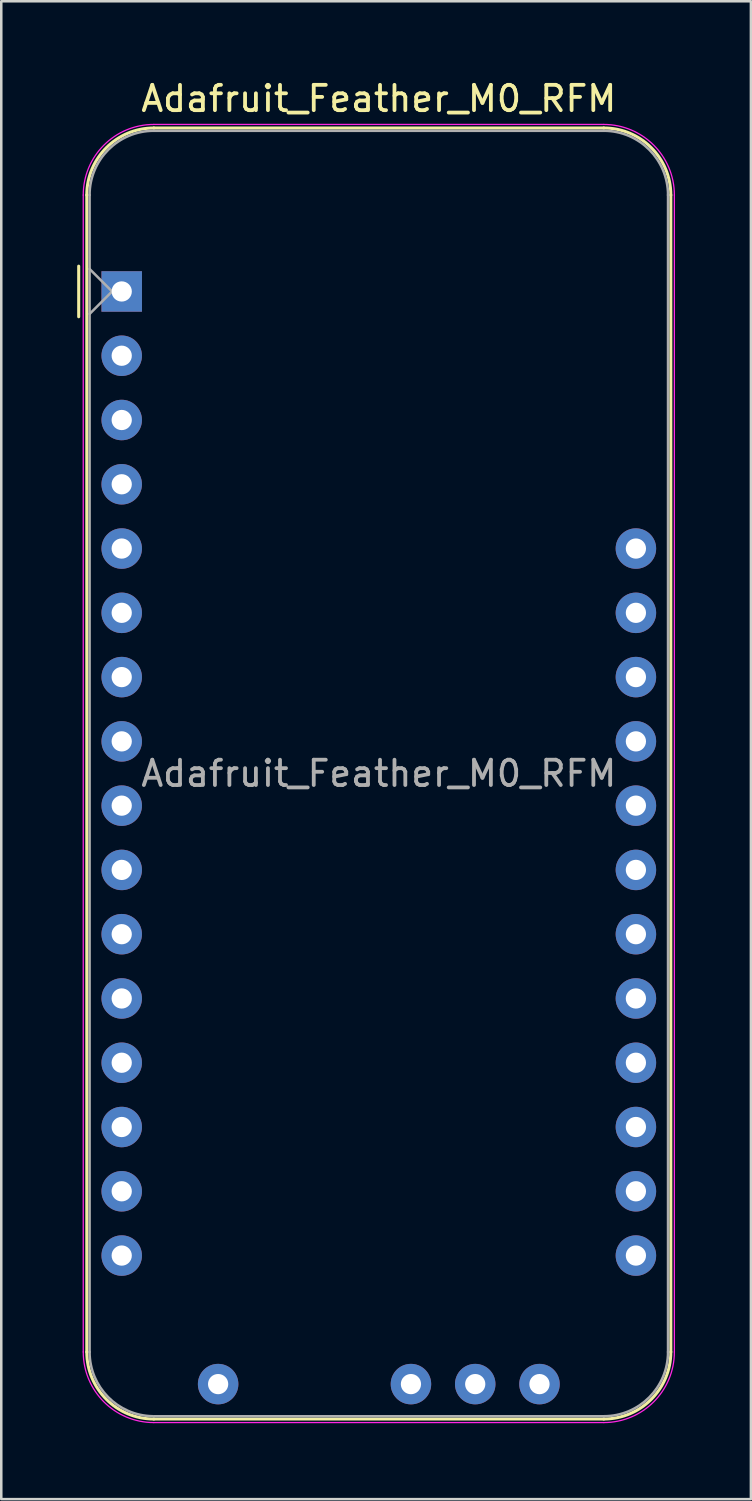
<source format=kicad_pcb>
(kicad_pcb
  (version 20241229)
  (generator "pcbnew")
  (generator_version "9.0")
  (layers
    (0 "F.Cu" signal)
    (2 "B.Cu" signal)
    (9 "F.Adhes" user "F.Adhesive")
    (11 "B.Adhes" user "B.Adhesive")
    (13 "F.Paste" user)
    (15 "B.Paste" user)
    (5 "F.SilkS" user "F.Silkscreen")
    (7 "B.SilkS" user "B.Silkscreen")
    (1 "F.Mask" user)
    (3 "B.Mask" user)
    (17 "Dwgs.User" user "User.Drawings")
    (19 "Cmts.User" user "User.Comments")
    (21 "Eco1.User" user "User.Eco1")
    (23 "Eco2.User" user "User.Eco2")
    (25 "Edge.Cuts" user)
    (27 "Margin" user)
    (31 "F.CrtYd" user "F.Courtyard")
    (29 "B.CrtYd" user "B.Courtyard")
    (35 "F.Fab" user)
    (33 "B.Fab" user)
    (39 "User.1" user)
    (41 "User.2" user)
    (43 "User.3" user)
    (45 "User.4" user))
  (footprint "Adafruit_Feather_M0_RFM"
    (layer "F.Cu")
    (at 1.76 8.468)
    (property "Reference" "Adafruit_Feather_M0_RFM" (at 10.16 -7.62 0) (layer "F.SilkS") (effects (font (size 1 1) (thickness 0.15))))
    (attr through_hole)
    (fp_line (start -1.7 1) (end -1.7 -1) (stroke (width 0.12) (type solid)) (layer "F.SilkS"))
    (fp_line (start -1.38 -3.81) (end -1.38 41.91) (stroke (width 0.12) (type solid)) (layer "F.SilkS"))
    (fp_line (start 19.05 -6.46) (end 1.27 -6.46) (stroke (width 0.12) (type solid)) (layer "F.SilkS"))
    (fp_line (start 19.05 44.56) (end 1.27 44.56) (stroke (width 0.12) (type solid)) (layer "F.SilkS"))
    (fp_line (start 21.7 -3.81) (end 21.7 41.91) (stroke (width 0.12) (type solid)) (layer "F.SilkS"))
    (fp_arc (start -1.38 -3.81) (mid -0.603833 -5.683833) (end 1.27 -6.46) (stroke (width 0.12) (type solid)) (layer "F.SilkS"))
    (fp_arc (start 1.27 44.56) (mid -0.603833 43.783833) (end -1.38 41.91) (stroke (width 0.12) (type solid)) (layer "F.SilkS"))
    (fp_arc (start 19.05 -6.46) (mid 20.923833 -5.683833) (end 21.7 -3.81) (stroke (width 0.12) (type solid)) (layer "F.SilkS"))
    (fp_arc (start 21.7 41.91) (mid 20.923833 43.783833) (end 19.05 44.56) (stroke (width 0.12) (type solid)) (layer "F.SilkS"))
    (fp_line (start -1.52 41.91) (end -1.52 -3.81) (stroke (width 0.05) (type solid)) (layer "F.CrtYd"))
    (fp_line (start 19.05 -6.6) (end 1.27 -6.6) (stroke (width 0.05) (type solid)) (layer "F.CrtYd"))
    (fp_line (start 19.05 44.7) (end 1.27 44.7) (stroke (width 0.05) (type solid)) (layer "F.CrtYd"))
    (fp_line (start 21.84 41.91) (end 21.84 -3.81) (stroke (width 0.05) (type solid)) (layer "F.CrtYd"))
    (fp_arc (start -1.52 -3.81) (mid -0.702828 -5.782828) (end 1.27 -6.6) (stroke (width 0.05) (type solid)) (layer "F.CrtYd"))
    (fp_arc (start 1.27 44.7) (mid -0.702828 43.882828) (end -1.52 41.91) (stroke (width 0.05) (type solid)) (layer "F.CrtYd"))
    (fp_arc (start 19.05 -6.6) (mid 21.022828 -5.782828) (end 21.84 -3.81) (stroke (width 0.05) (type solid)) (layer "F.CrtYd"))
    (fp_arc (start 21.84 41.91) (mid 21.022828 43.882828) (end 19.05 44.7) (stroke (width 0.05) (type solid)) (layer "F.CrtYd"))
    (fp_line (start -1.27 -3.81) (end -1.27 41.91) (stroke (width 0.1) (type solid)) (layer "F.Fab"))
    (fp_line (start -1.27 -0.889) (end -0.381 0) (stroke (width 0.1) (type solid)) (layer "F.Fab"))
    (fp_line (start -0.381 0) (end -1.27 0.889) (stroke (width 0.1) (type solid)) (layer "F.Fab"))
    (fp_line (start 1.27 44.45) (end 19.05 44.45) (stroke (width 0.1) (type solid)) (layer "F.Fab"))
    (fp_line (start 19.05 -6.35) (end 1.27 -6.35) (stroke (width 0.1) (type solid)) (layer "F.Fab"))
    (fp_line (start 21.59 41.91) (end 21.59 -3.81) (stroke (width 0.1) (type solid)) (layer "F.Fab"))
    (fp_arc (start -1.27 -3.81) (mid -0.526051 -5.606051) (end 1.27 -6.35) (stroke (width 0.1) (type solid)) (layer "F.Fab"))
    (fp_arc (start 1.221238 44.449532) (mid -0.543209 43.688728) (end -1.27 41.91) (stroke (width 0.1) (type solid)) (layer "F.Fab"))
    (fp_arc (start 19.05 -6.35) (mid 20.846051 -5.606051) (end 21.59 -3.81) (stroke (width 0.1) (type solid)) (layer "F.Fab"))
    (fp_arc (start 21.59 41.91) (mid 20.846051 43.706051) (end 19.05 44.45) (stroke (width 0.1) (type solid)) (layer "F.Fab"))
    (fp_text user "${REFERENCE}" (at 10.16 19.05 180) (layer "F.Fab") (effects (font (size 1 1) (thickness 0.15))))
    (pad "1" thru_hole rect (at 0 0 180) (size 1.6 1.6) (drill 0.8) (layers "*.Cu" "*.Mask"))
    (pad "2" thru_hole circle (at 0 2.54 180) (size 1.6 1.6) (drill 0.8) (layers "*.Cu" "*.Mask"))
    (pad "3" thru_hole circle (at 0 5.08 180) (size 1.6 1.6) (drill 0.8) (layers "*.Cu" "*.Mask"))
    (pad "4" thru_hole circle (at 0 7.62 180) (size 1.6 1.6) (drill 0.8) (layers "*.Cu" "*.Mask"))
    (pad "5" thru_hole circle (at 0 10.16 180) (size 1.6 1.6) (drill 0.8) (layers "*.Cu" "*.Mask"))
    (pad "6" thru_hole circle (at 0 12.7 180) (size 1.6 1.6) (drill 0.8) (layers "*.Cu" "*.Mask"))
    (pad "7" thru_hole circle (at 0 15.24 180) (size 1.6 1.6) (drill 0.8) (layers "*.Cu" "*.Mask"))
    (pad "8" thru_hole circle (at 0 17.78 180) (size 1.6 1.6) (drill 0.8) (layers "*.Cu" "*.Mask"))
    (pad "9" thru_hole circle (at 0 20.32 180) (size 1.6 1.6) (drill 0.8) (layers "*.Cu" "*.Mask"))
    (pad "10" thru_hole circle (at 0 22.86 180) (size 1.6 1.6) (drill 0.8) (layers "*.Cu" "*.Mask"))
    (pad "11" thru_hole circle (at 0 25.4 180) (size 1.6 1.6) (drill 0.8) (layers "*.Cu" "*.Mask"))
    (pad "12" thru_hole circle (at 0 27.94 180) (size 1.6 1.6) (drill 0.8) (layers "*.Cu" "*.Mask"))
    (pad "13" thru_hole circle (at 0 30.48 180) (size 1.6 1.6) (drill 0.8) (layers "*.Cu" "*.Mask"))
    (pad "14" thru_hole circle (at 0 33.02 180) (size 1.6 1.6) (drill 0.8) (layers "*.Cu" "*.Mask"))
    (pad "15" thru_hole circle (at 0 35.56 180) (size 1.6 1.6) (drill 0.8) (layers "*.Cu" "*.Mask"))
    (pad "16" thru_hole circle (at 0 38.1 180) (size 1.6 1.6) (drill 0.8) (layers "*.Cu" "*.Mask"))
    (pad "17" thru_hole circle (at 20.32 38.1 180) (size 1.6 1.6) (drill 0.8) (layers "*.Cu" "*.Mask"))
    (pad "18" thru_hole circle (at 20.32 35.56 180) (size 1.6 1.6) (drill 0.8) (layers "*.Cu" "*.Mask"))
    (pad "19" thru_hole circle (at 20.32 33.02 180) (size 1.6 1.6) (drill 0.8) (layers "*.Cu" "*.Mask"))
    (pad "20" thru_hole circle (at 20.32 30.48 180) (size 1.6 1.6) (drill 0.8) (layers "*.Cu" "*.Mask"))
    (pad "21" thru_hole circle (at 20.32 27.94 180) (size 1.6 1.6) (drill 0.8) (layers "*.Cu" "*.Mask"))
    (pad "22" thru_hole circle (at 20.32 25.4 180) (size 1.6 1.6) (drill 0.8) (layers "*.Cu" "*.Mask"))
    (pad "23" thru_hole circle (at 20.32 22.86 180) (size 1.6 1.6) (drill 0.8) (layers "*.Cu" "*.Mask"))
    (pad "24" thru_hole circle (at 20.32 20.32 180) (size 1.6 1.6) (drill 0.8) (layers "*.Cu" "*.Mask"))
    (pad "25" thru_hole circle (at 20.32 17.78 180) (size 1.6 1.6) (drill 0.8) (layers "*.Cu" "*.Mask"))
    (pad "26" thru_hole circle (at 20.32 15.24 180) (size 1.6 1.6) (drill 0.8) (layers "*.Cu" "*.Mask"))
    (pad "27" thru_hole circle (at 20.32 12.7 180) (size 1.6 1.6) (drill 0.8) (layers "*.Cu" "*.Mask"))
    (pad "28" thru_hole circle (at 20.32 10.16 180) (size 1.6 1.6) (drill 0.8) (layers "*.Cu" "*.Mask"))
    (pad "29" thru_hole circle (at 3.81 43.18 180) (size 1.6 1.6) (drill 0.8) (layers "*.Cu" "*.Mask"))
    (pad "30" thru_hole circle (at 11.43 43.18 180) (size 1.6 1.6) (drill 0.8) (layers "*.Cu" "*.Mask"))
    (pad "31" thru_hole circle (at 13.97 43.18 180) (size 1.6 1.6) (drill 0.8) (layers "*.Cu" "*.Mask"))
    (pad "32" thru_hole circle (at 16.51 43.18 180) (size 1.6 1.6) (drill 0.8) (layers "*.Cu" "*.Mask")))
  (gr_rect
    (start -3 -3)
    (end 26.625 56.193)
    (stroke (width 0.1) (type default))
    (fill no)
    (layer "Edge.Cuts")))
</source>
